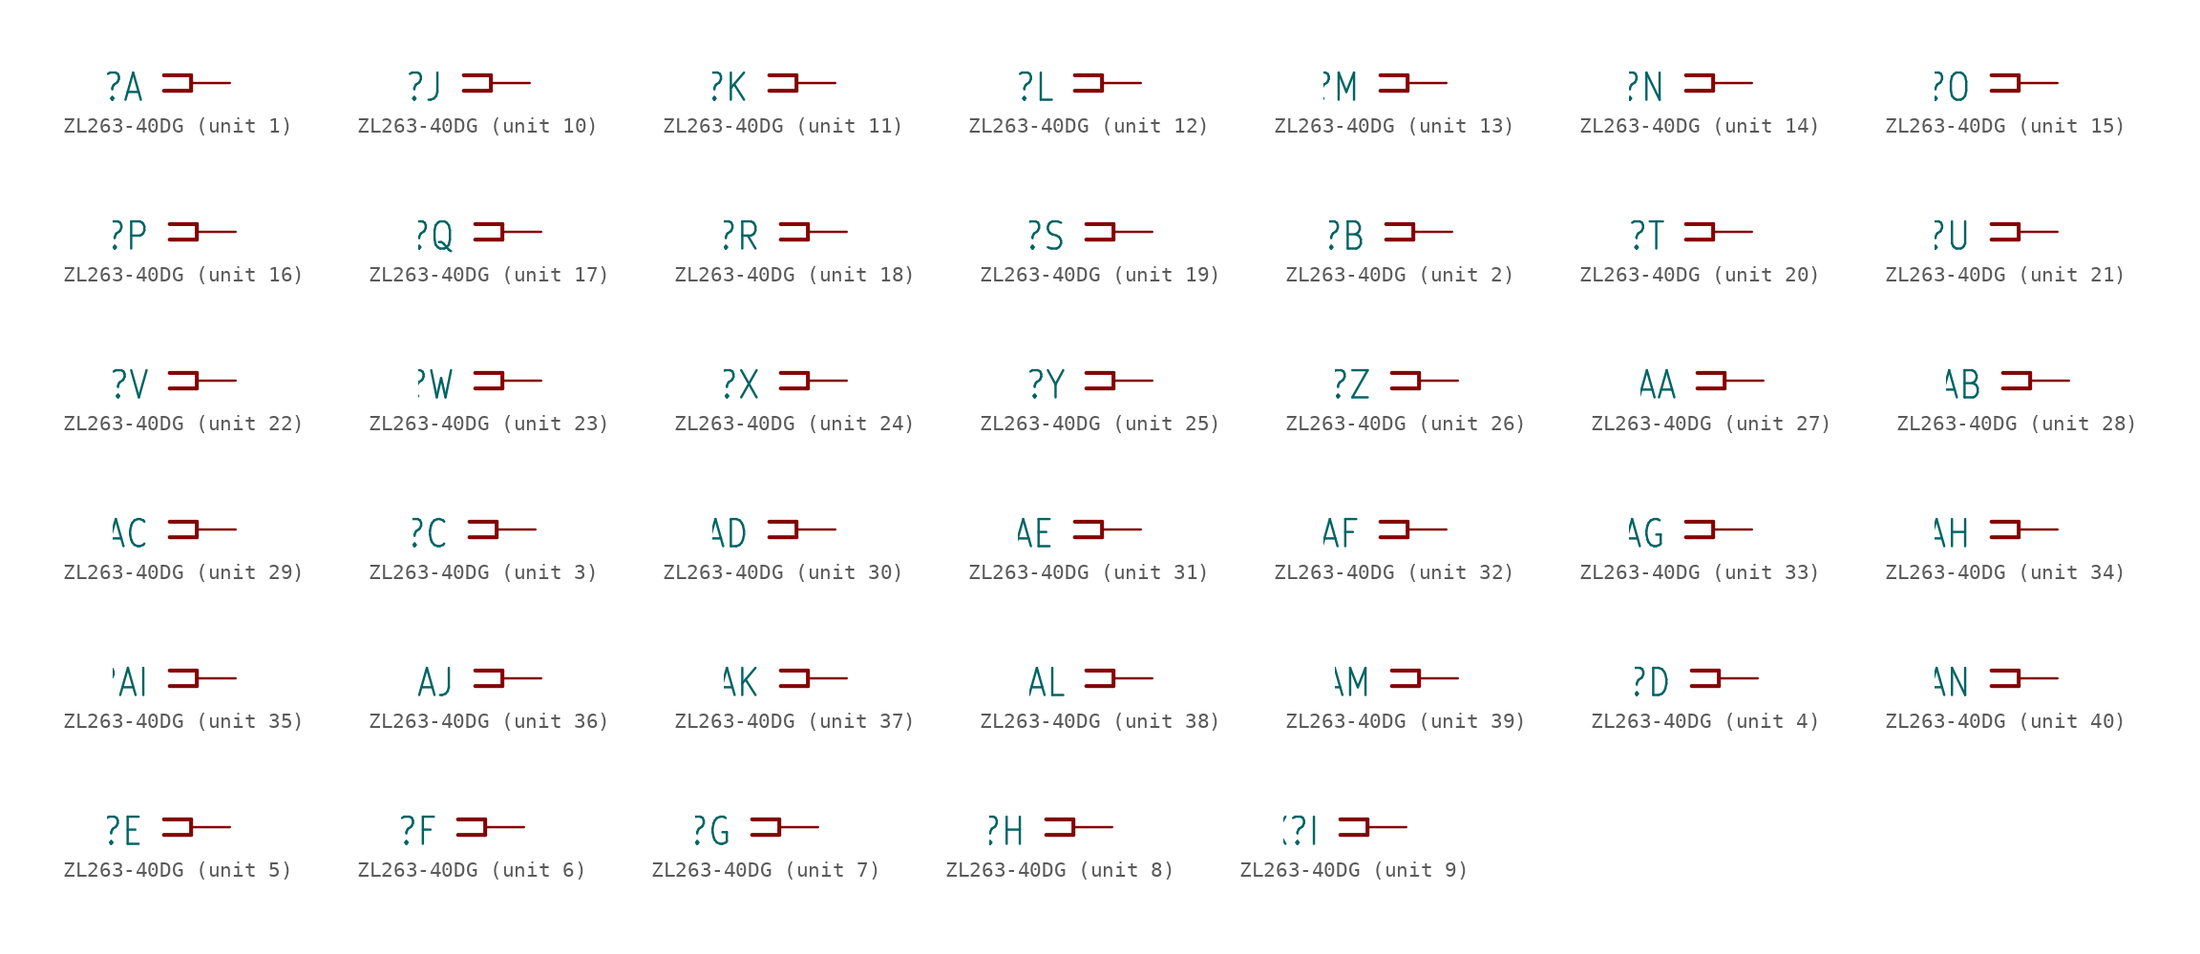
<source format=kicad_sym>
(kicad_symbol_lib
  (version 20211014)
  (generator kicad_symbol_editor)
  (symbol "ZL263-40DG"
    (property "Reference" "X"
      (at -5.588 0.762 0)
      (effects (font (size 1.778 1.511)) (justify right top)))
    (property "ki_locked" ""
      (at 0 0 0)
      (effects (font (size 1.27 1.27))))
    (symbol "ZL263-40DG_1_0"
      (polyline (pts (xy -4.318 0.508) (xy -2.54 0.508)) (stroke (width 0.254) (type default) (color 0 0 0 0)) (fill (type none)))
      (polyline (pts (xy -2.54 -0.508) (xy -4.318 -0.508)) (stroke (width 0.254) (type default) (color 0 0 0 0)) (fill (type none)))
      (polyline (pts (xy -2.54 0.508) (xy -2.54 -0.508)) (stroke (width 0.254) (type default) (color 0 0 0 0)) (fill (type none)))
      (pin passive line (at 0 0 180) (length 2.54) (name "1" (effects (font (size 0 0)))) (number "1" (effects (font (size 0 0))))))
    (symbol "ZL263-40DG_2_0"
      (polyline (pts (xy -4.318 0.508) (xy -2.54 0.508)) (stroke (width 0.254) (type default) (color 0 0 0 0)) (fill (type none)))
      (polyline (pts (xy -2.54 -0.508) (xy -4.318 -0.508)) (stroke (width 0.254) (type default) (color 0 0 0 0)) (fill (type none)))
      (polyline (pts (xy -2.54 0.508) (xy -2.54 -0.508)) (stroke (width 0.254) (type default) (color 0 0 0 0)) (fill (type none)))
      (pin passive line (at 0 0 180) (length 2.54) (name "1" (effects (font (size 0 0)))) (number "2" (effects (font (size 0 0))))))
    (symbol "ZL263-40DG_3_0"
      (polyline (pts (xy -4.318 0.508) (xy -2.54 0.508)) (stroke (width 0.254) (type default) (color 0 0 0 0)) (fill (type none)))
      (polyline (pts (xy -2.54 -0.508) (xy -4.318 -0.508)) (stroke (width 0.254) (type default) (color 0 0 0 0)) (fill (type none)))
      (polyline (pts (xy -2.54 0.508) (xy -2.54 -0.508)) (stroke (width 0.254) (type default) (color 0 0 0 0)) (fill (type none)))
      (pin passive line (at 0 0 180) (length 2.54) (name "1" (effects (font (size 0 0)))) (number "3" (effects (font (size 0 0))))))
    (symbol "ZL263-40DG_4_0"
      (polyline (pts (xy -4.318 0.508) (xy -2.54 0.508)) (stroke (width 0.254) (type default) (color 0 0 0 0)) (fill (type none)))
      (polyline (pts (xy -2.54 -0.508) (xy -4.318 -0.508)) (stroke (width 0.254) (type default) (color 0 0 0 0)) (fill (type none)))
      (polyline (pts (xy -2.54 0.508) (xy -2.54 -0.508)) (stroke (width 0.254) (type default) (color 0 0 0 0)) (fill (type none)))
      (pin passive line (at 0 0 180) (length 2.54) (name "1" (effects (font (size 0 0)))) (number "4" (effects (font (size 0 0))))))
    (symbol "ZL263-40DG_5_0"
      (polyline (pts (xy -4.318 0.508) (xy -2.54 0.508)) (stroke (width 0.254) (type default) (color 0 0 0 0)) (fill (type none)))
      (polyline (pts (xy -2.54 -0.508) (xy -4.318 -0.508)) (stroke (width 0.254) (type default) (color 0 0 0 0)) (fill (type none)))
      (polyline (pts (xy -2.54 0.508) (xy -2.54 -0.508)) (stroke (width 0.254) (type default) (color 0 0 0 0)) (fill (type none)))
      (pin passive line (at 0 0 180) (length 2.54) (name "1" (effects (font (size 0 0)))) (number "5" (effects (font (size 0 0))))))
    (symbol "ZL263-40DG_6_0"
      (polyline (pts (xy -4.318 0.508) (xy -2.54 0.508)) (stroke (width 0.254) (type default) (color 0 0 0 0)) (fill (type none)))
      (polyline (pts (xy -2.54 -0.508) (xy -4.318 -0.508)) (stroke (width 0.254) (type default) (color 0 0 0 0)) (fill (type none)))
      (polyline (pts (xy -2.54 0.508) (xy -2.54 -0.508)) (stroke (width 0.254) (type default) (color 0 0 0 0)) (fill (type none)))
      (pin passive line (at 0 0 180) (length 2.54) (name "1" (effects (font (size 0 0)))) (number "6" (effects (font (size 0 0))))))
    (symbol "ZL263-40DG_7_0"
      (polyline (pts (xy -4.318 0.508) (xy -2.54 0.508)) (stroke (width 0.254) (type default) (color 0 0 0 0)) (fill (type none)))
      (polyline (pts (xy -2.54 -0.508) (xy -4.318 -0.508)) (stroke (width 0.254) (type default) (color 0 0 0 0)) (fill (type none)))
      (polyline (pts (xy -2.54 0.508) (xy -2.54 -0.508)) (stroke (width 0.254) (type default) (color 0 0 0 0)) (fill (type none)))
      (pin passive line (at 0 0 180) (length 2.54) (name "1" (effects (font (size 0 0)))) (number "7" (effects (font (size 0 0))))))
    (symbol "ZL263-40DG_8_0"
      (polyline (pts (xy -4.318 0.508) (xy -2.54 0.508)) (stroke (width 0.254) (type default) (color 0 0 0 0)) (fill (type none)))
      (polyline (pts (xy -2.54 -0.508) (xy -4.318 -0.508)) (stroke (width 0.254) (type default) (color 0 0 0 0)) (fill (type none)))
      (polyline (pts (xy -2.54 0.508) (xy -2.54 -0.508)) (stroke (width 0.254) (type default) (color 0 0 0 0)) (fill (type none)))
      (pin passive line (at 0 0 180) (length 2.54) (name "1" (effects (font (size 0 0)))) (number "8" (effects (font (size 0 0))))))
    (symbol "ZL263-40DG_9_0"
      (polyline (pts (xy -4.318 0.508) (xy -2.54 0.508)) (stroke (width 0.254) (type default) (color 0 0 0 0)) (fill (type none)))
      (polyline (pts (xy -2.54 -0.508) (xy -4.318 -0.508)) (stroke (width 0.254) (type default) (color 0 0 0 0)) (fill (type none)))
      (polyline (pts (xy -2.54 0.508) (xy -2.54 -0.508)) (stroke (width 0.254) (type default) (color 0 0 0 0)) (fill (type none)))
      (pin passive line (at 0 0 180) (length 2.54) (name "1" (effects (font (size 0 0)))) (number "9" (effects (font (size 0 0))))))
    (symbol "ZL263-40DG_10_0"
      (polyline (pts (xy -4.318 0.508) (xy -2.54 0.508)) (stroke (width 0.254) (type default) (color 0 0 0 0)) (fill (type none)))
      (polyline (pts (xy -2.54 -0.508) (xy -4.318 -0.508)) (stroke (width 0.254) (type default) (color 0 0 0 0)) (fill (type none)))
      (polyline (pts (xy -2.54 0.508) (xy -2.54 -0.508)) (stroke (width 0.254) (type default) (color 0 0 0 0)) (fill (type none)))
      (pin passive line (at 0 0 180) (length 2.54) (name "1" (effects (font (size 0 0)))) (number "10" (effects (font (size 0 0))))))
    (symbol "ZL263-40DG_11_0"
      (polyline (pts (xy -4.318 0.508) (xy -2.54 0.508)) (stroke (width 0.254) (type default) (color 0 0 0 0)) (fill (type none)))
      (polyline (pts (xy -2.54 -0.508) (xy -4.318 -0.508)) (stroke (width 0.254) (type default) (color 0 0 0 0)) (fill (type none)))
      (polyline (pts (xy -2.54 0.508) (xy -2.54 -0.508)) (stroke (width 0.254) (type default) (color 0 0 0 0)) (fill (type none)))
      (pin passive line (at 0 0 180) (length 2.54) (name "1" (effects (font (size 0 0)))) (number "11" (effects (font (size 0 0))))))
    (symbol "ZL263-40DG_12_0"
      (polyline (pts (xy -4.318 0.508) (xy -2.54 0.508)) (stroke (width 0.254) (type default) (color 0 0 0 0)) (fill (type none)))
      (polyline (pts (xy -2.54 -0.508) (xy -4.318 -0.508)) (stroke (width 0.254) (type default) (color 0 0 0 0)) (fill (type none)))
      (polyline (pts (xy -2.54 0.508) (xy -2.54 -0.508)) (stroke (width 0.254) (type default) (color 0 0 0 0)) (fill (type none)))
      (pin passive line (at 0 0 180) (length 2.54) (name "1" (effects (font (size 0 0)))) (number "12" (effects (font (size 0 0))))))
    (symbol "ZL263-40DG_13_0"
      (polyline (pts (xy -4.318 0.508) (xy -2.54 0.508)) (stroke (width 0.254) (type default) (color 0 0 0 0)) (fill (type none)))
      (polyline (pts (xy -2.54 -0.508) (xy -4.318 -0.508)) (stroke (width 0.254) (type default) (color 0 0 0 0)) (fill (type none)))
      (polyline (pts (xy -2.54 0.508) (xy -2.54 -0.508)) (stroke (width 0.254) (type default) (color 0 0 0 0)) (fill (type none)))
      (pin passive line (at 0 0 180) (length 2.54) (name "1" (effects (font (size 0 0)))) (number "13" (effects (font (size 0 0))))))
    (symbol "ZL263-40DG_14_0"
      (polyline (pts (xy -4.318 0.508) (xy -2.54 0.508)) (stroke (width 0.254) (type default) (color 0 0 0 0)) (fill (type none)))
      (polyline (pts (xy -2.54 -0.508) (xy -4.318 -0.508)) (stroke (width 0.254) (type default) (color 0 0 0 0)) (fill (type none)))
      (polyline (pts (xy -2.54 0.508) (xy -2.54 -0.508)) (stroke (width 0.254) (type default) (color 0 0 0 0)) (fill (type none)))
      (pin passive line (at 0 0 180) (length 2.54) (name "1" (effects (font (size 0 0)))) (number "14" (effects (font (size 0 0))))))
    (symbol "ZL263-40DG_15_0"
      (polyline (pts (xy -4.318 0.508) (xy -2.54 0.508)) (stroke (width 0.254) (type default) (color 0 0 0 0)) (fill (type none)))
      (polyline (pts (xy -2.54 -0.508) (xy -4.318 -0.508)) (stroke (width 0.254) (type default) (color 0 0 0 0)) (fill (type none)))
      (polyline (pts (xy -2.54 0.508) (xy -2.54 -0.508)) (stroke (width 0.254) (type default) (color 0 0 0 0)) (fill (type none)))
      (pin passive line (at 0 0 180) (length 2.54) (name "1" (effects (font (size 0 0)))) (number "15" (effects (font (size 0 0))))))
    (symbol "ZL263-40DG_16_0"
      (polyline (pts (xy -4.318 0.508) (xy -2.54 0.508)) (stroke (width 0.254) (type default) (color 0 0 0 0)) (fill (type none)))
      (polyline (pts (xy -2.54 -0.508) (xy -4.318 -0.508)) (stroke (width 0.254) (type default) (color 0 0 0 0)) (fill (type none)))
      (polyline (pts (xy -2.54 0.508) (xy -2.54 -0.508)) (stroke (width 0.254) (type default) (color 0 0 0 0)) (fill (type none)))
      (pin passive line (at 0 0 180) (length 2.54) (name "1" (effects (font (size 0 0)))) (number "16" (effects (font (size 0 0))))))
    (symbol "ZL263-40DG_17_0"
      (polyline (pts (xy -4.318 0.508) (xy -2.54 0.508)) (stroke (width 0.254) (type default) (color 0 0 0 0)) (fill (type none)))
      (polyline (pts (xy -2.54 -0.508) (xy -4.318 -0.508)) (stroke (width 0.254) (type default) (color 0 0 0 0)) (fill (type none)))
      (polyline (pts (xy -2.54 0.508) (xy -2.54 -0.508)) (stroke (width 0.254) (type default) (color 0 0 0 0)) (fill (type none)))
      (pin passive line (at 0 0 180) (length 2.54) (name "1" (effects (font (size 0 0)))) (number "17" (effects (font (size 0 0))))))
    (symbol "ZL263-40DG_18_0"
      (polyline (pts (xy -4.318 0.508) (xy -2.54 0.508)) (stroke (width 0.254) (type default) (color 0 0 0 0)) (fill (type none)))
      (polyline (pts (xy -2.54 -0.508) (xy -4.318 -0.508)) (stroke (width 0.254) (type default) (color 0 0 0 0)) (fill (type none)))
      (polyline (pts (xy -2.54 0.508) (xy -2.54 -0.508)) (stroke (width 0.254) (type default) (color 0 0 0 0)) (fill (type none)))
      (pin passive line (at 0 0 180) (length 2.54) (name "1" (effects (font (size 0 0)))) (number "18" (effects (font (size 0 0))))))
    (symbol "ZL263-40DG_19_0"
      (polyline (pts (xy -4.318 0.508) (xy -2.54 0.508)) (stroke (width 0.254) (type default) (color 0 0 0 0)) (fill (type none)))
      (polyline (pts (xy -2.54 -0.508) (xy -4.318 -0.508)) (stroke (width 0.254) (type default) (color 0 0 0 0)) (fill (type none)))
      (polyline (pts (xy -2.54 0.508) (xy -2.54 -0.508)) (stroke (width 0.254) (type default) (color 0 0 0 0)) (fill (type none)))
      (pin passive line (at 0 0 180) (length 2.54) (name "1" (effects (font (size 0 0)))) (number "19" (effects (font (size 0 0))))))
    (symbol "ZL263-40DG_20_0"
      (polyline (pts (xy -4.318 0.508) (xy -2.54 0.508)) (stroke (width 0.254) (type default) (color 0 0 0 0)) (fill (type none)))
      (polyline (pts (xy -2.54 -0.508) (xy -4.318 -0.508)) (stroke (width 0.254) (type default) (color 0 0 0 0)) (fill (type none)))
      (polyline (pts (xy -2.54 0.508) (xy -2.54 -0.508)) (stroke (width 0.254) (type default) (color 0 0 0 0)) (fill (type none)))
      (pin passive line (at 0 0 180) (length 2.54) (name "1" (effects (font (size 0 0)))) (number "20" (effects (font (size 0 0))))))
    (symbol "ZL263-40DG_21_0"
      (polyline (pts (xy -4.318 0.508) (xy -2.54 0.508)) (stroke (width 0.254) (type default) (color 0 0 0 0)) (fill (type none)))
      (polyline (pts (xy -2.54 -0.508) (xy -4.318 -0.508)) (stroke (width 0.254) (type default) (color 0 0 0 0)) (fill (type none)))
      (polyline (pts (xy -2.54 0.508) (xy -2.54 -0.508)) (stroke (width 0.254) (type default) (color 0 0 0 0)) (fill (type none)))
      (pin passive line (at 0 0 180) (length 2.54) (name "1" (effects (font (size 0 0)))) (number "21" (effects (font (size 0 0))))))
    (symbol "ZL263-40DG_22_0"
      (polyline (pts (xy -4.318 0.508) (xy -2.54 0.508)) (stroke (width 0.254) (type default) (color 0 0 0 0)) (fill (type none)))
      (polyline (pts (xy -2.54 -0.508) (xy -4.318 -0.508)) (stroke (width 0.254) (type default) (color 0 0 0 0)) (fill (type none)))
      (polyline (pts (xy -2.54 0.508) (xy -2.54 -0.508)) (stroke (width 0.254) (type default) (color 0 0 0 0)) (fill (type none)))
      (pin passive line (at 0 0 180) (length 2.54) (name "1" (effects (font (size 0 0)))) (number "22" (effects (font (size 0 0))))))
    (symbol "ZL263-40DG_23_0"
      (polyline (pts (xy -4.318 0.508) (xy -2.54 0.508)) (stroke (width 0.254) (type default) (color 0 0 0 0)) (fill (type none)))
      (polyline (pts (xy -2.54 -0.508) (xy -4.318 -0.508)) (stroke (width 0.254) (type default) (color 0 0 0 0)) (fill (type none)))
      (polyline (pts (xy -2.54 0.508) (xy -2.54 -0.508)) (stroke (width 0.254) (type default) (color 0 0 0 0)) (fill (type none)))
      (pin passive line (at 0 0 180) (length 2.54) (name "1" (effects (font (size 0 0)))) (number "23" (effects (font (size 0 0))))))
    (symbol "ZL263-40DG_24_0"
      (polyline (pts (xy -4.318 0.508) (xy -2.54 0.508)) (stroke (width 0.254) (type default) (color 0 0 0 0)) (fill (type none)))
      (polyline (pts (xy -2.54 -0.508) (xy -4.318 -0.508)) (stroke (width 0.254) (type default) (color 0 0 0 0)) (fill (type none)))
      (polyline (pts (xy -2.54 0.508) (xy -2.54 -0.508)) (stroke (width 0.254) (type default) (color 0 0 0 0)) (fill (type none)))
      (pin passive line (at 0 0 180) (length 2.54) (name "1" (effects (font (size 0 0)))) (number "24" (effects (font (size 0 0))))))
    (symbol "ZL263-40DG_25_0"
      (polyline (pts (xy -4.318 0.508) (xy -2.54 0.508)) (stroke (width 0.254) (type default) (color 0 0 0 0)) (fill (type none)))
      (polyline (pts (xy -2.54 -0.508) (xy -4.318 -0.508)) (stroke (width 0.254) (type default) (color 0 0 0 0)) (fill (type none)))
      (polyline (pts (xy -2.54 0.508) (xy -2.54 -0.508)) (stroke (width 0.254) (type default) (color 0 0 0 0)) (fill (type none)))
      (pin passive line (at 0 0 180) (length 2.54) (name "1" (effects (font (size 0 0)))) (number "25" (effects (font (size 0 0))))))
    (symbol "ZL263-40DG_26_0"
      (polyline (pts (xy -4.318 0.508) (xy -2.54 0.508)) (stroke (width 0.254) (type default) (color 0 0 0 0)) (fill (type none)))
      (polyline (pts (xy -2.54 -0.508) (xy -4.318 -0.508)) (stroke (width 0.254) (type default) (color 0 0 0 0)) (fill (type none)))
      (polyline (pts (xy -2.54 0.508) (xy -2.54 -0.508)) (stroke (width 0.254) (type default) (color 0 0 0 0)) (fill (type none)))
      (pin passive line (at 0 0 180) (length 2.54) (name "1" (effects (font (size 0 0)))) (number "26" (effects (font (size 0 0))))))
    (symbol "ZL263-40DG_27_0"
      (polyline (pts (xy -4.318 0.508) (xy -2.54 0.508)) (stroke (width 0.254) (type default) (color 0 0 0 0)) (fill (type none)))
      (polyline (pts (xy -2.54 -0.508) (xy -4.318 -0.508)) (stroke (width 0.254) (type default) (color 0 0 0 0)) (fill (type none)))
      (polyline (pts (xy -2.54 0.508) (xy -2.54 -0.508)) (stroke (width 0.254) (type default) (color 0 0 0 0)) (fill (type none)))
      (pin passive line (at 0 0 180) (length 2.54) (name "1" (effects (font (size 0 0)))) (number "27" (effects (font (size 0 0))))))
    (symbol "ZL263-40DG_28_0"
      (polyline (pts (xy -4.318 0.508) (xy -2.54 0.508)) (stroke (width 0.254) (type default) (color 0 0 0 0)) (fill (type none)))
      (polyline (pts (xy -2.54 -0.508) (xy -4.318 -0.508)) (stroke (width 0.254) (type default) (color 0 0 0 0)) (fill (type none)))
      (polyline (pts (xy -2.54 0.508) (xy -2.54 -0.508)) (stroke (width 0.254) (type default) (color 0 0 0 0)) (fill (type none)))
      (pin passive line (at 0 0 180) (length 2.54) (name "1" (effects (font (size 0 0)))) (number "28" (effects (font (size 0 0))))))
    (symbol "ZL263-40DG_29_0"
      (polyline (pts (xy -4.318 0.508) (xy -2.54 0.508)) (stroke (width 0.254) (type default) (color 0 0 0 0)) (fill (type none)))
      (polyline (pts (xy -2.54 -0.508) (xy -4.318 -0.508)) (stroke (width 0.254) (type default) (color 0 0 0 0)) (fill (type none)))
      (polyline (pts (xy -2.54 0.508) (xy -2.54 -0.508)) (stroke (width 0.254) (type default) (color 0 0 0 0)) (fill (type none)))
      (pin passive line (at 0 0 180) (length 2.54) (name "1" (effects (font (size 0 0)))) (number "29" (effects (font (size 0 0))))))
    (symbol "ZL263-40DG_30_0"
      (polyline (pts (xy -4.318 0.508) (xy -2.54 0.508)) (stroke (width 0.254) (type default) (color 0 0 0 0)) (fill (type none)))
      (polyline (pts (xy -2.54 -0.508) (xy -4.318 -0.508)) (stroke (width 0.254) (type default) (color 0 0 0 0)) (fill (type none)))
      (polyline (pts (xy -2.54 0.508) (xy -2.54 -0.508)) (stroke (width 0.254) (type default) (color 0 0 0 0)) (fill (type none)))
      (pin passive line (at 0 0 180) (length 2.54) (name "1" (effects (font (size 0 0)))) (number "30" (effects (font (size 0 0))))))
    (symbol "ZL263-40DG_31_0"
      (polyline (pts (xy -4.318 0.508) (xy -2.54 0.508)) (stroke (width 0.254) (type default) (color 0 0 0 0)) (fill (type none)))
      (polyline (pts (xy -2.54 -0.508) (xy -4.318 -0.508)) (stroke (width 0.254) (type default) (color 0 0 0 0)) (fill (type none)))
      (polyline (pts (xy -2.54 0.508) (xy -2.54 -0.508)) (stroke (width 0.254) (type default) (color 0 0 0 0)) (fill (type none)))
      (pin passive line (at 0 0 180) (length 2.54) (name "1" (effects (font (size 0 0)))) (number "31" (effects (font (size 0 0))))))
    (symbol "ZL263-40DG_32_0"
      (polyline (pts (xy -4.318 0.508) (xy -2.54 0.508)) (stroke (width 0.254) (type default) (color 0 0 0 0)) (fill (type none)))
      (polyline (pts (xy -2.54 -0.508) (xy -4.318 -0.508)) (stroke (width 0.254) (type default) (color 0 0 0 0)) (fill (type none)))
      (polyline (pts (xy -2.54 0.508) (xy -2.54 -0.508)) (stroke (width 0.254) (type default) (color 0 0 0 0)) (fill (type none)))
      (pin passive line (at 0 0 180) (length 2.54) (name "1" (effects (font (size 0 0)))) (number "32" (effects (font (size 0 0))))))
    (symbol "ZL263-40DG_33_0"
      (polyline (pts (xy -4.318 0.508) (xy -2.54 0.508)) (stroke (width 0.254) (type default) (color 0 0 0 0)) (fill (type none)))
      (polyline (pts (xy -2.54 -0.508) (xy -4.318 -0.508)) (stroke (width 0.254) (type default) (color 0 0 0 0)) (fill (type none)))
      (polyline (pts (xy -2.54 0.508) (xy -2.54 -0.508)) (stroke (width 0.254) (type default) (color 0 0 0 0)) (fill (type none)))
      (pin passive line (at 0 0 180) (length 2.54) (name "1" (effects (font (size 0 0)))) (number "33" (effects (font (size 0 0))))))
    (symbol "ZL263-40DG_34_0"
      (polyline (pts (xy -4.318 0.508) (xy -2.54 0.508)) (stroke (width 0.254) (type default) (color 0 0 0 0)) (fill (type none)))
      (polyline (pts (xy -2.54 -0.508) (xy -4.318 -0.508)) (stroke (width 0.254) (type default) (color 0 0 0 0)) (fill (type none)))
      (polyline (pts (xy -2.54 0.508) (xy -2.54 -0.508)) (stroke (width 0.254) (type default) (color 0 0 0 0)) (fill (type none)))
      (pin passive line (at 0 0 180) (length 2.54) (name "1" (effects (font (size 0 0)))) (number "34" (effects (font (size 0 0))))))
    (symbol "ZL263-40DG_35_0"
      (polyline (pts (xy -4.318 0.508) (xy -2.54 0.508)) (stroke (width 0.254) (type default) (color 0 0 0 0)) (fill (type none)))
      (polyline (pts (xy -2.54 -0.508) (xy -4.318 -0.508)) (stroke (width 0.254) (type default) (color 0 0 0 0)) (fill (type none)))
      (polyline (pts (xy -2.54 0.508) (xy -2.54 -0.508)) (stroke (width 0.254) (type default) (color 0 0 0 0)) (fill (type none)))
      (pin passive line (at 0 0 180) (length 2.54) (name "1" (effects (font (size 0 0)))) (number "35" (effects (font (size 0 0))))))
    (symbol "ZL263-40DG_36_0"
      (polyline (pts (xy -4.318 0.508) (xy -2.54 0.508)) (stroke (width 0.254) (type default) (color 0 0 0 0)) (fill (type none)))
      (polyline (pts (xy -2.54 -0.508) (xy -4.318 -0.508)) (stroke (width 0.254) (type default) (color 0 0 0 0)) (fill (type none)))
      (polyline (pts (xy -2.54 0.508) (xy -2.54 -0.508)) (stroke (width 0.254) (type default) (color 0 0 0 0)) (fill (type none)))
      (pin passive line (at 0 0 180) (length 2.54) (name "1" (effects (font (size 0 0)))) (number "36" (effects (font (size 0 0))))))
    (symbol "ZL263-40DG_37_0"
      (polyline (pts (xy -4.318 0.508) (xy -2.54 0.508)) (stroke (width 0.254) (type default) (color 0 0 0 0)) (fill (type none)))
      (polyline (pts (xy -2.54 -0.508) (xy -4.318 -0.508)) (stroke (width 0.254) (type default) (color 0 0 0 0)) (fill (type none)))
      (polyline (pts (xy -2.54 0.508) (xy -2.54 -0.508)) (stroke (width 0.254) (type default) (color 0 0 0 0)) (fill (type none)))
      (pin passive line (at 0 0 180) (length 2.54) (name "1" (effects (font (size 0 0)))) (number "37" (effects (font (size 0 0))))))
    (symbol "ZL263-40DG_38_0"
      (polyline (pts (xy -4.318 0.508) (xy -2.54 0.508)) (stroke (width 0.254) (type default) (color 0 0 0 0)) (fill (type none)))
      (polyline (pts (xy -2.54 -0.508) (xy -4.318 -0.508)) (stroke (width 0.254) (type default) (color 0 0 0 0)) (fill (type none)))
      (polyline (pts (xy -2.54 0.508) (xy -2.54 -0.508)) (stroke (width 0.254) (type default) (color 0 0 0 0)) (fill (type none)))
      (pin passive line (at 0 0 180) (length 2.54) (name "1" (effects (font (size 0 0)))) (number "38" (effects (font (size 0 0))))))
    (symbol "ZL263-40DG_39_0"
      (polyline (pts (xy -4.318 0.508) (xy -2.54 0.508)) (stroke (width 0.254) (type default) (color 0 0 0 0)) (fill (type none)))
      (polyline (pts (xy -2.54 -0.508) (xy -4.318 -0.508)) (stroke (width 0.254) (type default) (color 0 0 0 0)) (fill (type none)))
      (polyline (pts (xy -2.54 0.508) (xy -2.54 -0.508)) (stroke (width 0.254) (type default) (color 0 0 0 0)) (fill (type none)))
      (pin passive line (at 0 0 180) (length 2.54) (name "1" (effects (font (size 0 0)))) (number "39" (effects (font (size 0 0))))))
    (symbol "ZL263-40DG_40_0"
      (polyline (pts (xy -4.318 0.508) (xy -2.54 0.508)) (stroke (width 0.254) (type default) (color 0 0 0 0)) (fill (type none)))
      (polyline (pts (xy -2.54 -0.508) (xy -4.318 -0.508)) (stroke (width 0.254) (type default) (color 0 0 0 0)) (fill (type none)))
      (polyline (pts (xy -2.54 0.508) (xy -2.54 -0.508)) (stroke (width 0.254) (type default) (color 0 0 0 0)) (fill (type none)))
      (pin passive line (at 0 0 180) (length 2.54) (name "1" (effects (font (size 0 0)))) (number "40" (effects (font (size 0 0))))))))
</source>
